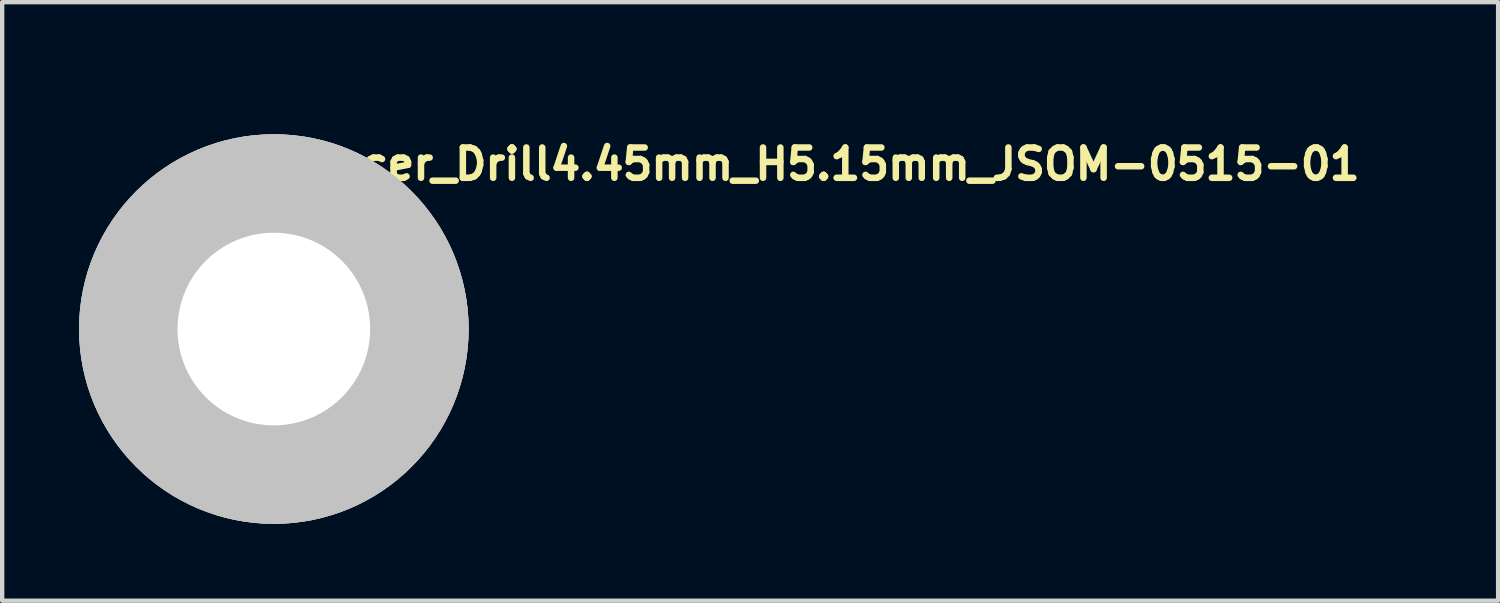
<source format=kicad_pcb>
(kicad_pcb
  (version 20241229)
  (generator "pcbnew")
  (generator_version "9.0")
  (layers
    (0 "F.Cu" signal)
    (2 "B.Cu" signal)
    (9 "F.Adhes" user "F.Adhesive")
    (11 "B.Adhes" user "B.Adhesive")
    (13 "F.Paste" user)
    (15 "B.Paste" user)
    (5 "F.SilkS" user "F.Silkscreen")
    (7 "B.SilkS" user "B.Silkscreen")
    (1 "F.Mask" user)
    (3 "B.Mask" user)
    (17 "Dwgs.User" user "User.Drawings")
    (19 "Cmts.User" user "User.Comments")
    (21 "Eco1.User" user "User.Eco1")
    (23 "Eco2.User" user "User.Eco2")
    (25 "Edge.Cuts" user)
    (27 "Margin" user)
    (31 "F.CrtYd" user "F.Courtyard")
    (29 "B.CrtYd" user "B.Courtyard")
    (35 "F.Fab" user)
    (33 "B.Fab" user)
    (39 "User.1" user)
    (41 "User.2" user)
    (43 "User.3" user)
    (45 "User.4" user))
  (footprint "Spacer_Drill4.45mm_H5.15mm_JSOM-0515-01"
    (layer "F.Cu")
    (at 3.275 4.55)
    (property "Reference" "Spacer_Drill4.45mm_H5.15mm_JSOM-0515-01" (at 0 -3.4 0) (layer "F.SilkS") (effects (font (size 0.7 0.7) (thickness 0.15)) (justify left bottom)))
    (attr smd)
    (fp_circle (center 0 0) (end 1.499 0) (stroke (width 3) (type solid)) (fill no) (layer "Dwgs.User"))
    (fp_circle (center 0 0) (end 1.499 0) (stroke (width 3) (type solid)) (fill no) (layer "Dwgs.User"))
    (fp_circle (center 0 0) (end 1.499 0) (stroke (width 3) (type solid)) (fill no) (layer "Dwgs.User"))
    (fp_circle (center 0 0) (end 3.25 0) (stroke (width 0.05) (type solid)) (fill no) (layer "F.CrtYd"))
    (fp_circle (center 0 0) (end 2.564 0) (stroke (width 0.15) (type solid)) (fill no) (layer "F.Fab"))
    (fp_rect (start -2.589 -2.991) (end 2.588 2.988) (stroke (width 0.1) (type solid)) (fill no) (layer "User.5"))
    (fp_line (start -2.589 -1.496) (end -2.589 -0.745) (stroke (width 0.02) (type solid)) (layer "User.9"))
    (fp_line (start -2.589 -1.496) (end 0 -2.991) (stroke (width 0.02) (type solid)) (layer "User.9"))
    (fp_line (start -2.589 -0.745) (end -2.589 -0.695) (stroke (width 0.02) (type solid)) (layer "User.9"))
    (fp_line (start -2.589 -0.695) (end -2.589 -0.067) (stroke (width 0.02) (type solid)) (layer "User.9"))
    (fp_line (start -2.589 -0.067) (end -2.589 0) (stroke (width 0.02) (type solid)) (layer "User.9"))
    (fp_line (start -2.589 0) (end -2.589 0.637) (stroke (width 0.02) (type solid)) (layer "User.9"))
    (fp_line (start -2.589 0.637) (end -2.589 0.693) (stroke (width 0.02) (type solid)) (layer "User.9"))
    (fp_line (start -2.589 0.693) (end -2.589 1.491) (stroke (width 0.02) (type solid)) (layer "User.9"))
    (fp_line (start -2.589 1.491) (end -2.589 1.493) (stroke (width 0.02) (type solid)) (layer "User.9"))
    (fp_line (start -2.589 1.493) (end -2.589 -1.496) (stroke (width 0.02) (type solid)) (layer "User.9"))
    (fp_line (start -1.897 -1.897) (end -2.588 -1.496) (stroke (width 0.02) (type solid)) (layer "User.9"))
    (fp_line (start -1.849 1.921) (end -1.295 2.241) (stroke (width 0.02) (type solid)) (layer "User.9"))
    (fp_line (start -1.295 2.241) (end -1.238 2.273) (stroke (width 0.02) (type solid)) (layer "User.9"))
    (fp_line (start -0.01 2.983) (end -0.695 2.588) (stroke (width 0.02) (type solid)) (layer "User.9"))
    (fp_line (start 0 -2.991) (end 2.588 -1.496) (stroke (width 0.02) (type solid)) (layer "User.9"))
    (fp_line (start 0 2.988) (end -2.589 1.493) (stroke (width 0.02) (type solid)) (layer "User.9"))
    (fp_line (start 0.554 2.668) (end 0 2.988) (stroke (width 0.02) (type solid)) (layer "User.9"))
    (fp_line (start 1.237 2.273) (end 1.294 2.241) (stroke (width 0.02) (type solid)) (layer "User.9"))
    (fp_line (start 1.294 -2.243) (end 1.705 -2.005) (stroke (width 0.02) (type solid)) (layer "User.9"))
    (fp_line (start 1.705 2.003) (end 1.294 2.241) (stroke (width 0.02) (type solid)) (layer "User.9"))
    (fp_line (start 1.947 1.864) (end 1.937 1.868) (stroke (width 0.02) (type solid)) (layer "User.9"))
    (fp_line (start 2.588 -1.496) (end 2.027 -1.819) (stroke (width 0.02) (type solid)) (layer "User.9"))
    (fp_line (start 2.588 -1.496) (end 2.588 1.493) (stroke (width 0.02) (type solid)) (layer "User.9"))
    (fp_line (start 2.588 1.493) (end 0 2.988) (stroke (width 0.02) (type solid)) (layer "User.9"))
    (fp_circle (center 0.06 -0.14) (end 1.361 -0.159) (stroke (width 0.02) (type solid)) (fill no) (layer "User.9"))
    (pad "1" thru_hole circle (at 0 0) (size 6 6) (drill 4.45) (layers "*.Cu" "*.Mask" "F.Paste")))
  (gr_rect
    (start -3 -3)
    (end 31.552 10.825)
    (stroke (width 0.1) (type default))
    (fill no)
    (layer "Edge.Cuts")))
</source>
